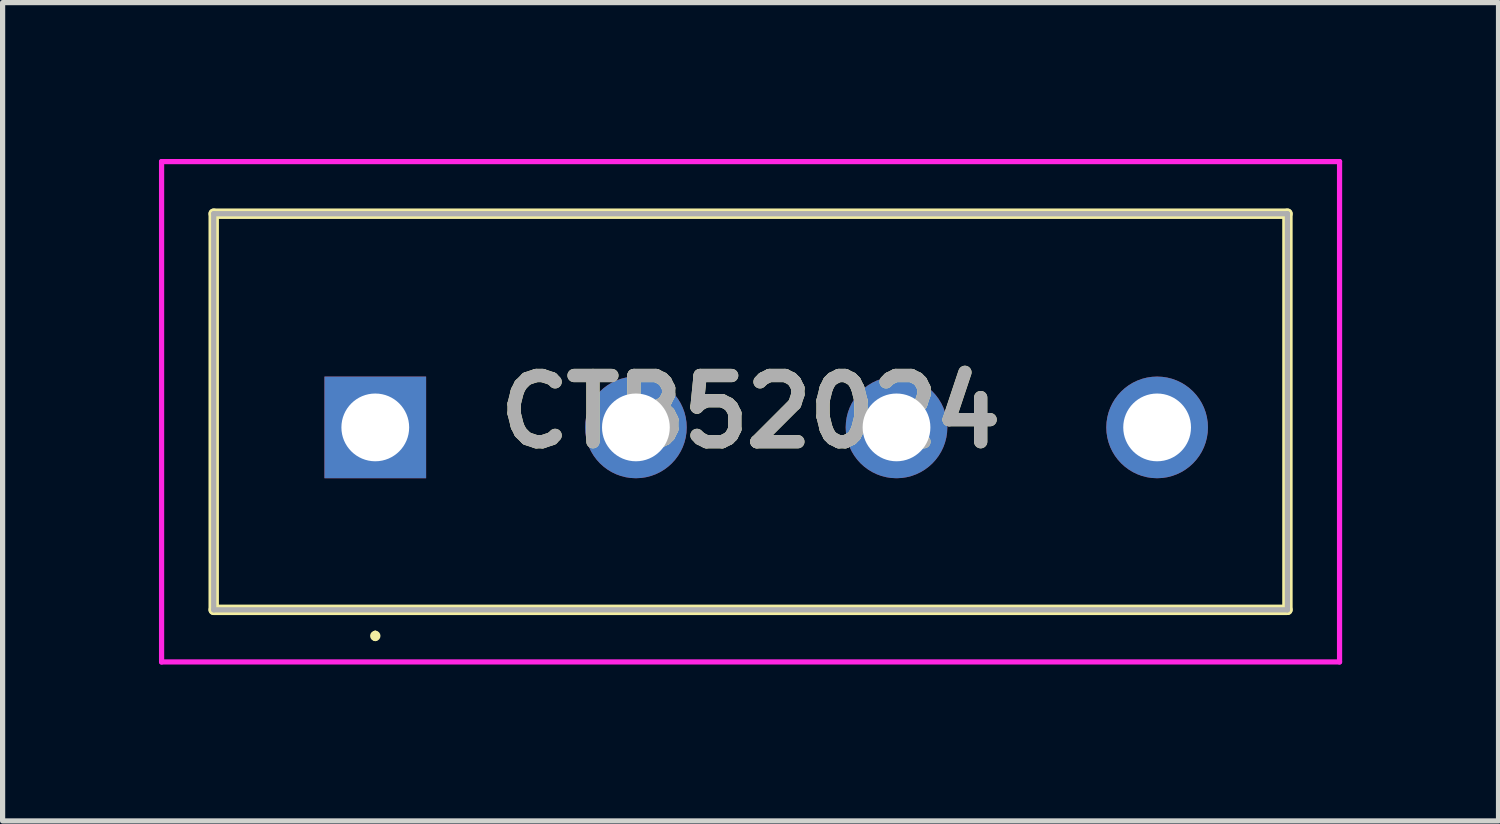
<source format=kicad_pcb>
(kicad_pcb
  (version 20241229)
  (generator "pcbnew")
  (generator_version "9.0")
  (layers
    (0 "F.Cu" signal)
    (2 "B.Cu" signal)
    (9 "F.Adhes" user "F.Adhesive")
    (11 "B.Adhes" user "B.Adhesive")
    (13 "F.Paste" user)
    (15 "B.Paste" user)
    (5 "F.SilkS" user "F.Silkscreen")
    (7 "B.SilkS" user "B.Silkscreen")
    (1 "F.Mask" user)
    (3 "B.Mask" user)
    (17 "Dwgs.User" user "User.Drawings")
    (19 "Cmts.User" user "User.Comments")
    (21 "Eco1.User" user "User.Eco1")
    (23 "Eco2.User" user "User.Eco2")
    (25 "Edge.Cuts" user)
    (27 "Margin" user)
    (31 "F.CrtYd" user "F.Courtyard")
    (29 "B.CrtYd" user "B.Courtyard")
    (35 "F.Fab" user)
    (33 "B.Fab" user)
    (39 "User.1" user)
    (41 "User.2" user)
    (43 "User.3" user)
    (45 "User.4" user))
  (footprint "CTB52024"
    (layer "F.Cu")
    (at 4.15 5.15)
    (property "Reference" "CTB52024" (at 7.2 -0.3 0) (layer "F.SilkS") (effects (font (size 1.27 1.27) (thickness 0.254))))
    (attr through_hole)
    (fp_line (start -3.1 -4.1) (end 17.5 -4.1) (stroke (width 0.2) (type solid)) (layer "F.SilkS"))
    (fp_line (start -3.1 3.5) (end -3.1 -4.1) (stroke (width 0.2) (type solid)) (layer "F.SilkS"))
    (fp_line (start 0 3.95) (end 0 3.95) (stroke (width 0.1) (type solid)) (layer "F.SilkS"))
    (fp_line (start 0 4.05) (end 0 4.05) (stroke (width 0.1) (type solid)) (layer "F.SilkS"))
    (fp_line (start 17.5 -4.1) (end 17.5 3.5) (stroke (width 0.2) (type solid)) (layer "F.SilkS"))
    (fp_line (start 17.5 3.5) (end -3.1 3.5) (stroke (width 0.2) (type solid)) (layer "F.SilkS"))
    (fp_arc (start 0 3.95) (mid 0.05 4) (end 0 4.05) (stroke (width 0.1) (type solid)) (layer "F.SilkS"))
    (fp_arc (start 0 4.05) (mid -0.05 4) (end 0 3.95) (stroke (width 0.1) (type solid)) (layer "F.SilkS"))
    (fp_line (start -4.1 -5.1) (end 18.5 -5.1) (stroke (width 0.1) (type solid)) (layer "F.CrtYd"))
    (fp_line (start -4.1 4.5) (end -4.1 -5.1) (stroke (width 0.1) (type solid)) (layer "F.CrtYd"))
    (fp_line (start 18.5 -5.1) (end 18.5 4.5) (stroke (width 0.1) (type solid)) (layer "F.CrtYd"))
    (fp_line (start 18.5 4.5) (end -4.1 4.5) (stroke (width 0.1) (type solid)) (layer "F.CrtYd"))
    (fp_line (start -3.1 -4.1) (end 17.5 -4.1) (stroke (width 0.1) (type solid)) (layer "F.Fab"))
    (fp_line (start -3.1 3.5) (end -3.1 -4.1) (stroke (width 0.1) (type solid)) (layer "F.Fab"))
    (fp_line (start 17.5 -4.1) (end 17.5 3.5) (stroke (width 0.1) (type solid)) (layer "F.Fab"))
    (fp_line (start 17.5 3.5) (end -3.1 3.5) (stroke (width 0.1) (type solid)) (layer "F.Fab"))
    (fp_text user "${REFERENCE}" (at 7.2 -0.3 0) (layer "F.Fab") (effects (font (size 1.27 1.27) (thickness 0.254))))
    (pad "1" thru_hole rect (at 0 0) (size 1.95 1.95) (drill 1.3) (layers "*.Cu" "*.Mask"))
    (pad "2" thru_hole circle (at 5 0) (size 1.95 1.95) (drill 1.3) (layers "*.Cu" "*.Mask"))
    (pad "3" thru_hole circle (at 10 0) (size 1.95 1.95) (drill 1.3) (layers "*.Cu" "*.Mask"))
    (pad "4" thru_hole circle (at 15 0) (size 1.95 1.95) (drill 1.3) (layers "*.Cu" "*.Mask")))
  (gr_rect
    (start -3 -3)
    (end 25.7 12.7)
    (stroke (width 0.1) (type default))
    (fill no)
    (layer "Edge.Cuts")))
</source>
